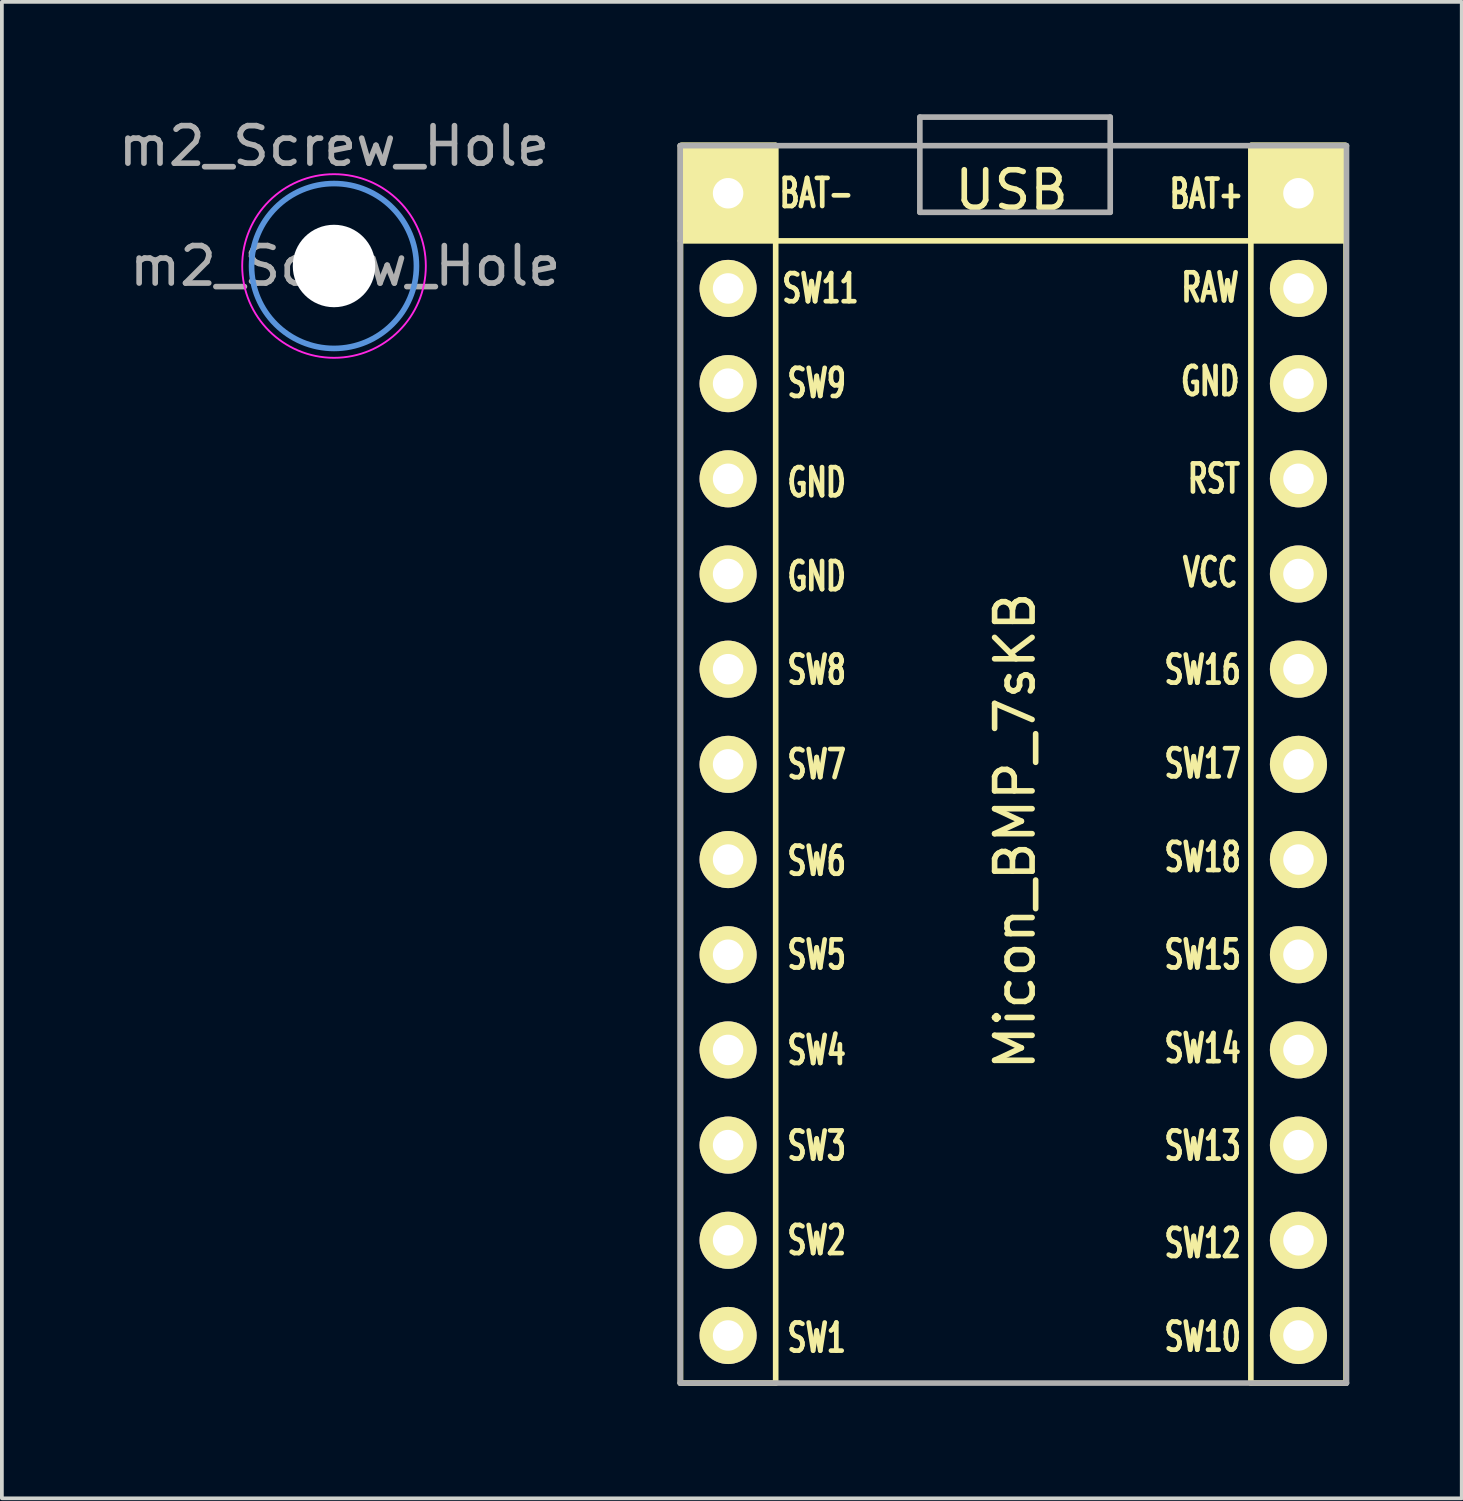
<source format=kicad_pcb>
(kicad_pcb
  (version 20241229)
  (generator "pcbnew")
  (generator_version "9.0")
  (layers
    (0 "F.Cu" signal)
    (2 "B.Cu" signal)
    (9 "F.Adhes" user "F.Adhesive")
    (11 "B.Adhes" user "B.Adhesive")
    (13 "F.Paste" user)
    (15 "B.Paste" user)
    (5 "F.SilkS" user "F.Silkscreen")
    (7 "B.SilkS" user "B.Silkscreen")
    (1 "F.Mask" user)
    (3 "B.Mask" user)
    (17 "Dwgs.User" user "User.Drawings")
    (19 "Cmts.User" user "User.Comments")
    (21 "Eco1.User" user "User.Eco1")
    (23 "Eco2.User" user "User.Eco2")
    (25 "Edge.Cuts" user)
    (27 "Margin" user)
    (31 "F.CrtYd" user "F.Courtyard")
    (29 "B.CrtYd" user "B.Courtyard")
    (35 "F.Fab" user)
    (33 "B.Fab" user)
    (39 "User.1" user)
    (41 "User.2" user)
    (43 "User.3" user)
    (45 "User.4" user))
  (footprint "Micon_BMP_7sKB"
    (layer "F.Cu")
    (at 23.943 19.125)
    (property "Reference" "Micon_BMP_7sKB" (at 0.093 0 270) (layer "F.SilkS") (effects (font (size 1 1) (thickness 0.15))))
    (attr through_hole)
    (fp_line (start -8.834 -18.288) (end -8.834 14.732) (stroke (width 0.15) (type solid)) (layer "F.SilkS"))
    (fp_line (start -8.834 14.732) (end -6.294 14.732) (stroke (width 0.15) (type solid)) (layer "F.SilkS"))
    (fp_line (start -6.294 -18.288) (end -8.834 -18.288) (stroke (width 0.15) (type solid)) (layer "F.SilkS"))
    (fp_line (start -6.294 14.732) (end -6.294 -18.288) (stroke (width 0.15) (type solid)) (layer "F.SilkS"))
    (fp_line (start 6.386 -18.288) (end 6.386 14.732) (stroke (width 0.15) (type solid)) (layer "F.SilkS"))
    (fp_line (start 6.386 14.732) (end 8.926 14.732) (stroke (width 0.15) (type solid)) (layer "F.SilkS"))
    (fp_line (start 8.926 -18.288) (end 6.386 -18.288) (stroke (width 0.15) (type solid)) (layer "F.SilkS"))
    (fp_line (start 8.926 -15.748) (end -8.834 -15.748) (stroke (width 0.15) (type solid)) (layer "F.SilkS"))
    (fp_line (start 8.926 14.732) (end 8.926 -18.288) (stroke (width 0.15) (type solid)) (layer "F.SilkS"))
    (fp_poly (pts (xy -8.8 -18.3) (xy -8.8 -15.8) (xy -6.3 -15.8) (xy -6.3 -18.3)) (stroke (width 0.15) (type solid)) (fill yes) (layer "F.SilkS"))
    (fp_poly (pts (xy 6.4 -18.3) (xy 6.4 -15.8) (xy 8.9 -15.8) (xy 8.9 -18.3)) (stroke (width 0.15) (type solid)) (fill yes) (layer "F.SilkS"))
    (fp_line (start -8.842 -18.288) (end -8.842 14.732) (stroke (width 0.15) (type solid)) (layer "F.Fab"))
    (fp_line (start -8.842 14.732) (end 8.938 14.732) (stroke (width 0.15) (type solid)) (layer "F.Fab"))
    (fp_line (start -2.447 -19.05) (end 2.633 -19.05) (stroke (width 0.15) (type solid)) (layer "F.Fab"))
    (fp_line (start -2.447 -16.51) (end -2.447 -19.05) (stroke (width 0.15) (type solid)) (layer "F.Fab"))
    (fp_line (start 2.633 -19.05) (end 2.633 -16.51) (stroke (width 0.15) (type solid)) (layer "F.Fab"))
    (fp_line (start 2.633 -16.51) (end -2.447 -16.51) (stroke (width 0.15) (type solid)) (layer "F.Fab"))
    (fp_line (start 8.938 -18.288) (end -8.842 -18.288) (stroke (width 0.15) (type solid)) (layer "F.Fab"))
    (fp_line (start 8.938 14.732) (end 8.938 -18.288) (stroke (width 0.15) (type solid)) (layer "F.Fab"))
    (fp_text user "SW16" (at 5.1 -4.3 180) (layer "F.SilkS") (effects (font (size 0.75 0.5) (thickness 0.125))))
    (fp_text user "RAW" (at 5.3 -14.5 180) (layer "F.SilkS") (effects (font (size 0.75 0.5) (thickness 0.125))))
    (fp_text user "USB" (at 0 -17.1 180) (layer "F.SilkS") (effects (font (size 1 1) (thickness 0.15))))
    (fp_text user "SW18" (at 5.1 0.7 180) (layer "F.SilkS") (effects (font (size 0.75 0.5) (thickness 0.125))))
    (fp_text user "GND" (at -5.2 -6.795 180) (layer "F.SilkS") (effects (font (size 0.75 0.5) (thickness 0.125))))
    (fp_text user "SW8" (at -5.2 -4.3 180) (layer "F.SilkS") (effects (font (size 0.75 0.5) (thickness 0.125))))
    (fp_text user "VCC" (at 5.3 -6.9 180) (layer "F.SilkS") (effects (font (size 0.75 0.5) (thickness 0.125))))
    (fp_text user "SW15" (at 5.1 3.3 180) (layer "F.SilkS") (effects (font (size 0.75 0.5) (thickness 0.125))))
    (fp_text user "RST" (at 5.4 -9.4 180) (layer "F.SilkS") (effects (font (size 0.75 0.5) (thickness 0.125))))
    (fp_text user "SW4" (at -5.2 5.85 180) (layer "F.SilkS") (effects (font (size 0.75 0.5) (thickness 0.125))))
    (fp_text user "SW14" (at 5.1 5.8 180) (layer "F.SilkS") (effects (font (size 0.75 0.5) (thickness 0.125))))
    (fp_text user "GND" (at -5.2 -9.3 180) (layer "F.SilkS") (effects (font (size 0.75 0.5) (thickness 0.125))))
    (fp_text user "GND" (at 5.3 -12 180) (layer "F.SilkS") (effects (font (size 0.75 0.5) (thickness 0.125))))
    (fp_text user "SW5" (at -5.2 3.302 180) (layer "F.SilkS") (effects (font (size 0.75 0.5) (thickness 0.125))))
    (fp_text user "SW6" (at -5.2 0.8 180) (layer "F.SilkS") (effects (font (size 0.75 0.5) (thickness 0.125))))
    (fp_text user "SW9" (at -5.2 -11.95 180) (layer "F.SilkS") (effects (font (size 0.75 0.5) (thickness 0.125))))
    (fp_text user "SW2" (at -5.2 10.922 180) (layer "F.SilkS") (effects (font (size 0.75 0.5) (thickness 0.125))))
    (fp_text user "BAT-" (at -5.207 -17.018 180) (layer "F.SilkS") (effects (font (size 0.75 0.5) (thickness 0.125))))
    (fp_text user "BAT+" (at 5.2 -17 180) (layer "F.SilkS") (effects (font (size 0.75 0.5) (thickness 0.125))))
    (fp_text user "SW7" (at -5.2 -1.778 180) (layer "F.SilkS") (effects (font (size 0.75 0.5) (thickness 0.125))))
    (fp_text user "SW11" (at -5.1 -14.478 180) (layer "F.SilkS") (effects (font (size 0.75 0.5) (thickness 0.125))))
    (fp_text user "SW3" (at -5.2 8.4 180) (layer "F.SilkS") (effects (font (size 0.75 0.5) (thickness 0.125))))
    (fp_text user "SW13" (at 5.1 8.4 180) (layer "F.SilkS") (effects (font (size 0.75 0.5) (thickness 0.125))))
    (fp_text user "SW1" (at -5.2 13.525 180) (layer "F.SilkS") (effects (font (size 0.75 0.5) (thickness 0.125))))
    (fp_text user "SW17" (at 5.1 -1.8 180) (layer "F.SilkS") (effects (font (size 0.75 0.5) (thickness 0.125))))
    (fp_text user "" (at 0.593 -17.25 180) (layer "F.SilkS") (effects (font (size 1 1) (thickness 0.15))))
    (fp_text user "SW12" (at 5.1 11 180) (layer "F.SilkS") (effects (font (size 0.75 0.5) (thickness 0.125))))
    (fp_text user "SW10" (at 5.1 13.5 180) (layer "F.SilkS") (effects (font (size 0.75 0.5) (thickness 0.125))))
    (fp_text user "" (at 1.299 -16.256 180) (layer "B.SilkS") (effects (font (size 1 1) (thickness 0.15)) (justify mirror)))
    (pad "1" thru_hole circle (at -7.564 -14.478) (size 1.524 1.524) (drill 0.813) (layers "*.Cu" "*.Mask" "F.SilkS"))
    (pad "2" thru_hole circle (at -7.564 -11.938) (size 1.524 1.524) (drill 0.813) (layers "*.Cu" "*.Mask" "F.SilkS"))
    (pad "3" thru_hole circle (at -7.564 -9.398) (size 1.524 1.524) (drill 0.813) (layers "*.Cu" "*.Mask" "F.SilkS"))
    (pad "4" thru_hole circle (at -7.564 -6.858) (size 1.524 1.524) (drill 0.813) (layers "*.Cu" "*.Mask" "F.SilkS"))
    (pad "5" thru_hole circle (at -7.564 -4.318) (size 1.524 1.524) (drill 0.813) (layers "*.Cu" "*.Mask" "F.SilkS"))
    (pad "6" thru_hole circle (at -7.564 -1.778) (size 1.524 1.524) (drill 0.813) (layers "*.Cu" "*.Mask" "F.SilkS"))
    (pad "7" thru_hole circle (at -7.564 0.762) (size 1.524 1.524) (drill 0.813) (layers "*.Cu" "*.Mask" "F.SilkS"))
    (pad "8" thru_hole circle (at -7.564 3.302) (size 1.524 1.524) (drill 0.813) (layers "*.Cu" "*.Mask" "F.SilkS"))
    (pad "9" thru_hole circle (at -7.564 5.842) (size 1.524 1.524) (drill 0.813) (layers "*.Cu" "*.Mask" "F.SilkS"))
    (pad "10" thru_hole circle (at -7.564 8.382) (size 1.524 1.524) (drill 0.813) (layers "*.Cu" "*.Mask" "F.SilkS"))
    (pad "11" thru_hole circle (at -7.564 10.922) (size 1.524 1.524) (drill 0.813) (layers "*.Cu" "*.Mask" "F.SilkS"))
    (pad "12" thru_hole circle (at -7.564 13.462) (size 1.524 1.524) (drill 0.813) (layers "*.Cu" "*.Mask" "F.SilkS"))
    (pad "13" thru_hole circle (at 7.656 13.462) (size 1.524 1.524) (drill 0.813) (layers "*.Cu" "*.Mask" "F.SilkS"))
    (pad "14" thru_hole circle (at 7.656 10.922) (size 1.524 1.524) (drill 0.813) (layers "*.Cu" "*.Mask" "F.SilkS"))
    (pad "15" thru_hole circle (at 7.656 8.382) (size 1.524 1.524) (drill 0.813) (layers "*.Cu" "*.Mask" "F.SilkS"))
    (pad "16" thru_hole circle (at 7.656 5.842) (size 1.524 1.524) (drill 0.813) (layers "*.Cu" "*.Mask" "F.SilkS"))
    (pad "17" thru_hole circle (at 7.656 3.302) (size 1.524 1.524) (drill 0.813) (layers "*.Cu" "*.Mask" "F.SilkS"))
    (pad "18" thru_hole circle (at 7.656 0.762) (size 1.524 1.524) (drill 0.813) (layers "*.Cu" "*.Mask" "F.SilkS"))
    (pad "19" thru_hole circle (at 7.656 -1.778) (size 1.524 1.524) (drill 0.813) (layers "*.Cu" "*.Mask" "F.SilkS"))
    (pad "20" thru_hole circle (at 7.656 -4.318) (size 1.524 1.524) (drill 0.813) (layers "*.Cu" "*.Mask" "F.SilkS"))
    (pad "21" thru_hole circle (at 7.656 -6.858) (size 1.524 1.524) (drill 0.813) (layers "*.Cu" "*.Mask" "F.SilkS"))
    (pad "22" thru_hole circle (at 7.656 -9.398) (size 1.524 1.524) (drill 0.813) (layers "*.Cu" "*.Mask" "F.SilkS"))
    (pad "23" thru_hole circle (at 7.656 -11.938) (size 1.524 1.524) (drill 0.813) (layers "*.Cu" "*.Mask" "F.SilkS"))
    (pad "24" thru_hole circle (at 7.656 -14.478) (size 1.524 1.524) (drill 0.813) (layers "*.Cu" "*.Mask" "F.SilkS"))
    (pad "25" thru_hole circle (at 7.656 -17.018) (size 1.524 1.524) (drill 0.813) (layers "*.Cu" "*.Mask" "F.SilkS"))
    (pad "26" thru_hole circle (at -7.564 -17.018) (size 1.524 1.524) (drill 0.813) (layers "*.Cu" "*.Mask" "F.SilkS")))
  (footprint "m2_Screw_Hole"
    (layer "F.Cu")
    (at 5.863 4.048)
    (property "Reference" "m2_Screw_Hole" (at 0 -3.2 0) (layer "F.Fab") (effects (font (size 1 1) (thickness 0.15))))
    (attr exclude_from_pos_files exclude_from_bom)
    (fp_circle (center 0 0) (end 2.2 0) (stroke (width 0.15) (type solid)) (fill no) (layer "Cmts.User"))
    (fp_circle (center 0 0) (end 2.45 0) (stroke (width 0.05) (type solid)) (fill no) (layer "F.CrtYd"))
    (fp_text user "${REFERENCE}" (at 0.3 0 0) (layer "F.Fab") (effects (font (size 1 1) (thickness 0.15))))
    (pad "" np_thru_hole circle (at 0 0) (size 2.2 2.2) (drill 2.2) (layers "*.Cu" "*.Mask")))
  (gr_rect
    (start -3 -3)
    (end 35.956 36.932)
    (stroke (width 0.1) (type default))
    (fill no)
    (layer "Edge.Cuts")))
</source>
